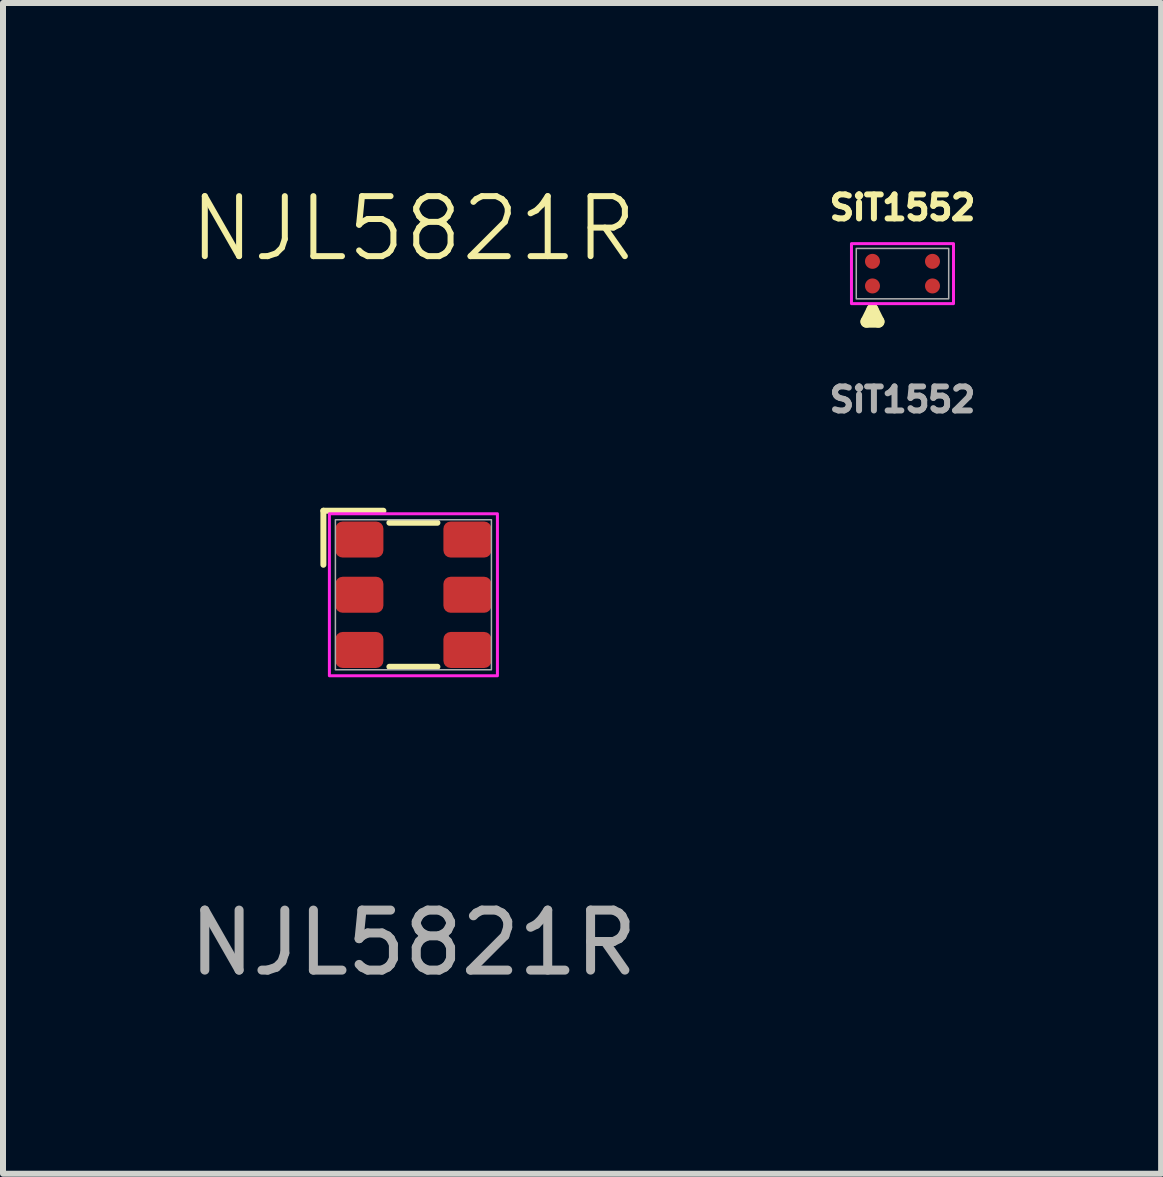
<source format=kicad_pcb>
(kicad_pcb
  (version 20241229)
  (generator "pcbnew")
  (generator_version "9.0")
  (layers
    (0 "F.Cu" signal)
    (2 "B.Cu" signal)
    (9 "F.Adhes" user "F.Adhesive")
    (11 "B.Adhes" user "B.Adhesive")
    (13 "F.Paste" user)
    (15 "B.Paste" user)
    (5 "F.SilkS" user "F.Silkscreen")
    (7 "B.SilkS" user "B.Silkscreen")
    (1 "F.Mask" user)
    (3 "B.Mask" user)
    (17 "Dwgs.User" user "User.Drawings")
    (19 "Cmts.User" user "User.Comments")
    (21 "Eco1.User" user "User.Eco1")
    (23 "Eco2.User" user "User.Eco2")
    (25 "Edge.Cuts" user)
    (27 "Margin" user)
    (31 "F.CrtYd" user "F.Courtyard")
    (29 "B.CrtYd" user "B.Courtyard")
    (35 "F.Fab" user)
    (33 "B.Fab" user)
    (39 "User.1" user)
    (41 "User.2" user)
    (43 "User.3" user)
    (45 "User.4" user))
  (footprint "SiT1552"
    (layer "F.Cu")
    (at 11.989 1.51)
    (property "Reference" "SiT1552" (at 0 -1.1 0) (unlocked yes) (layer "F.SilkS") (effects (font (size 0.4 0.4) (thickness 0.1))))
    (attr smd)
    (fp_line (start -0.6 0.8) (end -0.4 0.8) (stroke (width 0.2) (type default)) (layer "F.SilkS"))
    (fp_line (start -0.5 0.6) (end -0.6 0.8) (stroke (width 0.2) (type default)) (layer "F.SilkS"))
    (fp_line (start -0.4 0.8) (end -0.5 0.6) (stroke (width 0.2) (type default)) (layer "F.SilkS"))
    (fp_rect (start -0.85 -0.5) (end 0.85 0.5) (stroke (width 0.05) (type default)) (fill no) (layer "F.CrtYd"))
    (fp_rect (start -0.77 -0.42) (end 0.77 0.42) (stroke (width 0.025) (type default)) (fill no) (layer "F.Fab"))
    (fp_text user "${REFERENCE}" (at 0 2.1 0) (unlocked yes) (layer "F.Fab") (effects (font (size 0.4 0.4) (thickness 0.15))))
    (pad "1" smd circle (at -0.5 0.205) (size 0.25 0.25) (layers "F.Cu" "F.Mask" "F.Paste"))
    (pad "2" smd circle (at 0.5 0.205) (size 0.25 0.25) (layers "F.Cu" "F.Mask" "F.Paste"))
    (pad "3" smd circle (at 0.5 -0.205) (size 0.25 0.25) (layers "F.Cu" "F.Mask" "F.Paste"))
    (pad "4" smd circle (at -0.5 -0.205) (size 0.25 0.25) (layers "F.Cu" "F.Mask" "F.Paste")))
  (footprint "NJL5821R"
    (layer "F.Cu")
    (at 3.839 6.861)
    (property "Reference" "NJL5821R" (at 0 -6.1 0) (unlocked yes) (layer "F.SilkS") (effects (font (size 1 1) (thickness 0.1))))
    (attr smd)
    (fp_line (start -1.5 -1.4) (end -1.5 -0.5) (stroke (width 0.1) (type default)) (layer "F.SilkS"))
    (fp_line (start -0.5 -1.4) (end -1.5 -1.4) (stroke (width 0.1) (type default)) (layer "F.SilkS"))
    (fp_line (start -0.4 -1.2) (end 0.4 -1.2) (stroke (width 0.1) (type default)) (layer "F.SilkS"))
    (fp_line (start -0.4 1.2) (end 0.4 1.2) (stroke (width 0.1) (type default)) (layer "F.SilkS"))
    (fp_rect (start -1.4 -1.35) (end 1.4 1.35) (stroke (width 0.05) (type default)) (fill no) (layer "F.CrtYd"))
    (fp_rect (start -1.3 -1.25) (end 1.3 1.25) (stroke (width 0.025) (type default)) (fill no) (layer "F.Fab"))
    (fp_text user "${REFERENCE}" (at 0 5.8 0) (unlocked yes) (layer "F.Fab") (effects (font (size 1 1) (thickness 0.15))))
    (pad "1" smd roundrect (at -0.9 -0.92) (size 0.8 0.6) (layers "F.Cu" "F.Mask" "F.Paste") (roundrect_rratio 0.2))
    (pad "2" smd roundrect (at -0.9 0) (size 0.8 0.6) (layers "F.Cu" "F.Mask" "F.Paste") (roundrect_rratio 0.2))
    (pad "3" smd roundrect (at -0.9 0.92) (size 0.8 0.6) (layers "F.Cu" "F.Mask" "F.Paste") (roundrect_rratio 0.2))
    (pad "4" smd roundrect (at 0.9 0.92) (size 0.8 0.6) (layers "F.Cu" "F.Mask" "F.Paste") (roundrect_rratio 0.2))
    (pad "5" smd roundrect (at 0.9 0) (size 0.8 0.6) (layers "F.Cu" "F.Mask" "F.Paste") (roundrect_rratio 0.2))
    (pad "6" smd roundrect (at 0.9 -0.92) (size 0.8 0.6) (layers "F.Cu" "F.Mask" "F.Paste") (roundrect_rratio 0.2)))
  (gr_rect
    (start -3 -3)
    (end 16.299 16.509)
    (stroke (width 0.1) (type default))
    (fill no)
    (layer "Edge.Cuts")))
</source>
